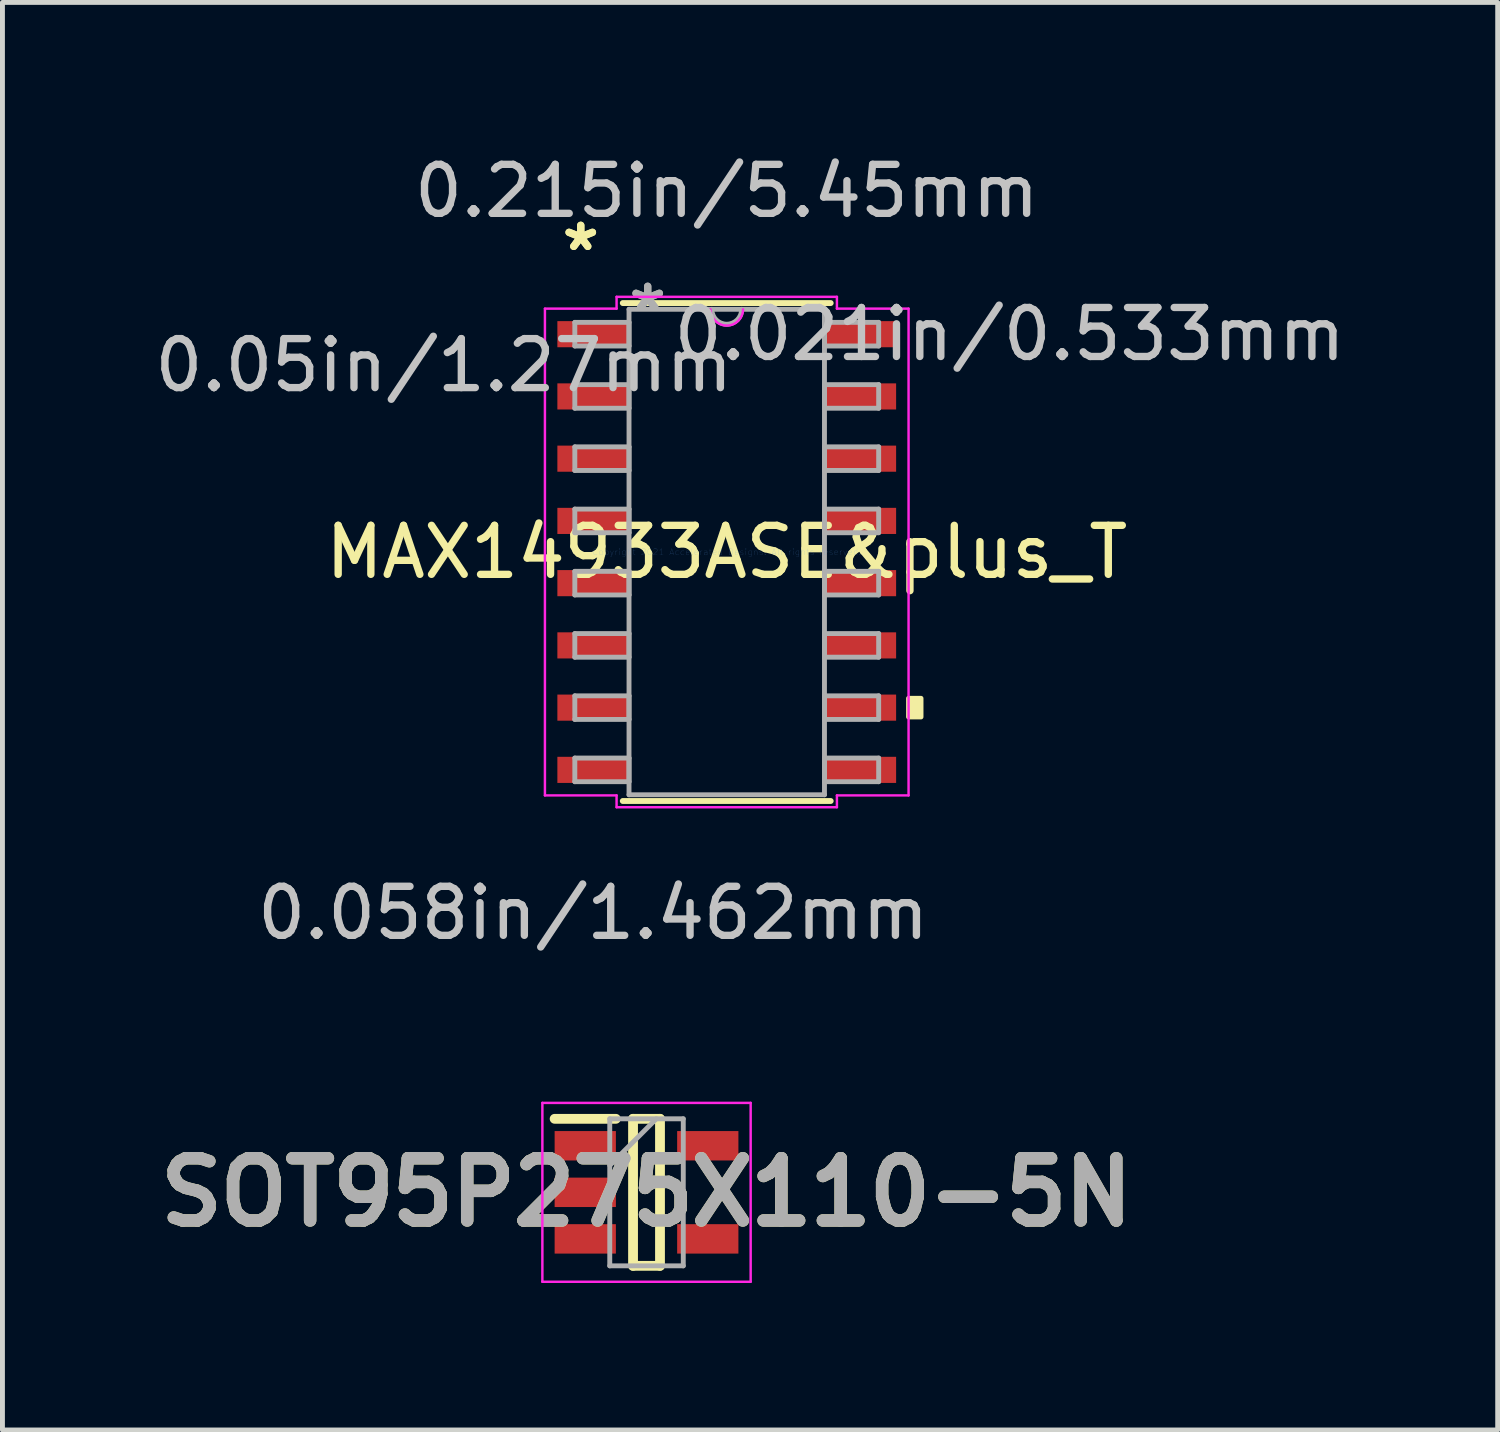
<source format=kicad_pcb>
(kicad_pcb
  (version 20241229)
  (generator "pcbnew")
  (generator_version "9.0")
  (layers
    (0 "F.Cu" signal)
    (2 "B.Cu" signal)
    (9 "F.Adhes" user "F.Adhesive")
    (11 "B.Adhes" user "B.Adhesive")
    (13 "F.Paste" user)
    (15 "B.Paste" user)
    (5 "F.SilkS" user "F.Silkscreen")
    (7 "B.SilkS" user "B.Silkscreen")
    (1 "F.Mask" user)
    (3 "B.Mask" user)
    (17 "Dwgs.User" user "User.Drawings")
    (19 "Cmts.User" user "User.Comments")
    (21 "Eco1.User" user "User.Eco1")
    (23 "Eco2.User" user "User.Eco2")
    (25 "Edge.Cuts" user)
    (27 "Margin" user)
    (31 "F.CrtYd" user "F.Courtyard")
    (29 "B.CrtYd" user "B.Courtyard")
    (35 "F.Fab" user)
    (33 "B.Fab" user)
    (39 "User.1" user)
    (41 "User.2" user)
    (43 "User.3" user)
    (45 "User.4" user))
  (footprint "SOT95P275X110-5N"
    (layer "F.Cu")
    (at 10.142 21.279)
    (property "Reference" "SOT95P275X110-5N" (at 0 0 0) (layer "F.SilkS") (effects (font (size 1.27 1.27) (thickness 0.254))))
    (attr smd)
    (fp_line (start -1.875 -1.5) (end -0.625 -1.5) (stroke (width 0.2) (type solid)) (layer "F.SilkS"))
    (fp_line (start -0.275 -1.5) (end 0.275 -1.5) (stroke (width 0.2) (type solid)) (layer "F.SilkS"))
    (fp_line (start -0.275 1.5) (end -0.275 -1.5) (stroke (width 0.2) (type solid)) (layer "F.SilkS"))
    (fp_line (start 0.275 -1.5) (end 0.275 1.5) (stroke (width 0.2) (type solid)) (layer "F.SilkS"))
    (fp_line (start 0.275 1.5) (end -0.275 1.5) (stroke (width 0.2) (type solid)) (layer "F.SilkS"))
    (fp_line (start -2.125 -1.825) (end 2.125 -1.825) (stroke (width 0.05) (type solid)) (layer "F.CrtYd"))
    (fp_line (start -2.125 1.825) (end -2.125 -1.825) (stroke (width 0.05) (type solid)) (layer "F.CrtYd"))
    (fp_line (start 2.125 -1.825) (end 2.125 1.825) (stroke (width 0.05) (type solid)) (layer "F.CrtYd"))
    (fp_line (start 2.125 1.825) (end -2.125 1.825) (stroke (width 0.05) (type solid)) (layer "F.CrtYd"))
    (fp_line (start -0.75 -1.5) (end 0.75 -1.5) (stroke (width 0.1) (type solid)) (layer "F.Fab"))
    (fp_line (start -0.75 -0.55) (end 0.2 -1.5) (stroke (width 0.1) (type solid)) (layer "F.Fab"))
    (fp_line (start -0.75 1.5) (end -0.75 -1.5) (stroke (width 0.1) (type solid)) (layer "F.Fab"))
    (fp_line (start 0.75 -1.5) (end 0.75 1.5) (stroke (width 0.1) (type solid)) (layer "F.Fab"))
    (fp_line (start 0.75 1.5) (end -0.75 1.5) (stroke (width 0.1) (type solid)) (layer "F.Fab"))
    (fp_text user "${REFERENCE}" (at 0 0 0) (layer "F.Fab") (effects (font (size 1.27 1.27) (thickness 0.254))))
    (pad "1" smd rect (at -1.25 -0.95 90) (size 0.6 1.25) (layers "F.Cu" "F.Mask" "F.Paste"))
    (pad "2" smd rect (at -1.25 0 90) (size 0.6 1.25) (layers "F.Cu" "F.Mask" "F.Paste"))
    (pad "3" smd rect (at -1.25 0.95 90) (size 0.6 1.25) (layers "F.Cu" "F.Mask" "F.Paste"))
    (pad "4" smd rect (at 1.25 0.95 90) (size 0.6 1.25) (layers "F.Cu" "F.Mask" "F.Paste"))
    (pad "5" smd rect (at 1.25 -0.95 90) (size 0.6 1.25) (layers "F.Cu" "F.Mask" "F.Paste")))
  (footprint "MAX14933ASE&plus_T"
    (layer "F.Cu")
    (at 11.779 8.214)
    (property "Reference" "MAX14933ASE&plus_T" (at 0 0 0) (layer "F.SilkS") (effects (font (size 1 1) (thickness 0.15))))
    (attr through_hole)
    (fp_line (start -2.121 5.08) (end 2.121 5.08) (stroke (width 0.12) (type solid)) (layer "F.SilkS"))
    (fp_line (start 2.121 -5.08) (end -2.121 -5.08) (stroke (width 0.12) (type solid)) (layer "F.SilkS"))
    (fp_poly (pts (xy 3.964 2.985) (xy 3.964 3.365) (xy 3.71 3.365) (xy 3.71 2.985)) (stroke (width 0.1) (type solid)) (fill yes) (layer "F.SilkS"))
    (fp_line (start -3.71 -4.966) (end -2.248 -4.966) (stroke (width 0.05) (type solid)) (layer "F.CrtYd"))
    (fp_line (start -3.71 4.966) (end -3.71 -4.966) (stroke (width 0.05) (type solid)) (layer "F.CrtYd"))
    (fp_line (start -2.248 -5.207) (end 2.248 -5.207) (stroke (width 0.05) (type solid)) (layer "F.CrtYd"))
    (fp_line (start -2.248 -4.966) (end -2.248 -5.207) (stroke (width 0.05) (type solid)) (layer "F.CrtYd"))
    (fp_line (start -2.248 4.966) (end -3.71 4.966) (stroke (width 0.05) (type solid)) (layer "F.CrtYd"))
    (fp_line (start -2.248 5.207) (end -2.248 4.966) (stroke (width 0.05) (type solid)) (layer "F.CrtYd"))
    (fp_line (start 2.248 -5.207) (end 2.248 -4.966) (stroke (width 0.05) (type solid)) (layer "F.CrtYd"))
    (fp_line (start 2.248 -4.966) (end 3.71 -4.966) (stroke (width 0.05) (type solid)) (layer "F.CrtYd"))
    (fp_line (start 2.248 4.966) (end 2.248 5.207) (stroke (width 0.05) (type solid)) (layer "F.CrtYd"))
    (fp_line (start 2.248 5.207) (end -2.248 5.207) (stroke (width 0.05) (type solid)) (layer "F.CrtYd"))
    (fp_line (start 3.71 -4.966) (end 3.71 4.966) (stroke (width 0.05) (type solid)) (layer "F.CrtYd"))
    (fp_line (start 3.71 4.966) (end 2.248 4.966) (stroke (width 0.05) (type solid)) (layer "F.CrtYd"))
    (fp_arc (start 0.332317 -4.953) (mid 0 -4.620683) (end -0.332317 -4.953) (stroke (width 0.05) (type solid)) (layer "F.CrtYd"))
    (fp_line (start -3.1 -4.686) (end -3.1 -4.204) (stroke (width 0.1) (type solid)) (layer "F.Fab"))
    (fp_line (start -3.1 -4.204) (end -1.994 -4.204) (stroke (width 0.1) (type solid)) (layer "F.Fab"))
    (fp_line (start -3.1 -3.416) (end -3.1 -2.934) (stroke (width 0.1) (type solid)) (layer "F.Fab"))
    (fp_line (start -3.1 -2.934) (end -1.994 -2.934) (stroke (width 0.1) (type solid)) (layer "F.Fab"))
    (fp_line (start -3.1 -2.146) (end -3.1 -1.664) (stroke (width 0.1) (type solid)) (layer "F.Fab"))
    (fp_line (start -3.1 -1.664) (end -1.994 -1.664) (stroke (width 0.1) (type solid)) (layer "F.Fab"))
    (fp_line (start -3.1 -0.876) (end -3.1 -0.394) (stroke (width 0.1) (type solid)) (layer "F.Fab"))
    (fp_line (start -3.1 -0.394) (end -1.994 -0.394) (stroke (width 0.1) (type solid)) (layer "F.Fab"))
    (fp_line (start -3.1 0.394) (end -3.1 0.876) (stroke (width 0.1) (type solid)) (layer "F.Fab"))
    (fp_line (start -3.1 0.876) (end -1.994 0.876) (stroke (width 0.1) (type solid)) (layer "F.Fab"))
    (fp_line (start -3.1 1.664) (end -3.1 2.146) (stroke (width 0.1) (type solid)) (layer "F.Fab"))
    (fp_line (start -3.1 2.146) (end -1.994 2.146) (stroke (width 0.1) (type solid)) (layer "F.Fab"))
    (fp_line (start -3.1 2.934) (end -3.1 3.416) (stroke (width 0.1) (type solid)) (layer "F.Fab"))
    (fp_line (start -3.1 3.416) (end -1.994 3.416) (stroke (width 0.1) (type solid)) (layer "F.Fab"))
    (fp_line (start -3.1 4.204) (end -3.1 4.686) (stroke (width 0.1) (type solid)) (layer "F.Fab"))
    (fp_line (start -3.1 4.686) (end -1.994 4.686) (stroke (width 0.1) (type solid)) (layer "F.Fab"))
    (fp_line (start -1.994 -4.953) (end -1.994 4.953) (stroke (width 0.1) (type solid)) (layer "F.Fab"))
    (fp_line (start -1.994 -4.686) (end -3.1 -4.686) (stroke (width 0.1) (type solid)) (layer "F.Fab"))
    (fp_line (start -1.994 -4.204) (end -1.994 -4.686) (stroke (width 0.1) (type solid)) (layer "F.Fab"))
    (fp_line (start -1.994 -3.416) (end -3.1 -3.416) (stroke (width 0.1) (type solid)) (layer "F.Fab"))
    (fp_line (start -1.994 -2.934) (end -1.994 -3.416) (stroke (width 0.1) (type solid)) (layer "F.Fab"))
    (fp_line (start -1.994 -2.146) (end -3.1 -2.146) (stroke (width 0.1) (type solid)) (layer "F.Fab"))
    (fp_line (start -1.994 -1.664) (end -1.994 -2.146) (stroke (width 0.1) (type solid)) (layer "F.Fab"))
    (fp_line (start -1.994 -0.876) (end -3.1 -0.876) (stroke (width 0.1) (type solid)) (layer "F.Fab"))
    (fp_line (start -1.994 -0.394) (end -1.994 -0.876) (stroke (width 0.1) (type solid)) (layer "F.Fab"))
    (fp_line (start -1.994 0.394) (end -3.1 0.394) (stroke (width 0.1) (type solid)) (layer "F.Fab"))
    (fp_line (start -1.994 0.876) (end -1.994 0.394) (stroke (width 0.1) (type solid)) (layer "F.Fab"))
    (fp_line (start -1.994 1.664) (end -3.1 1.664) (stroke (width 0.1) (type solid)) (layer "F.Fab"))
    (fp_line (start -1.994 2.146) (end -1.994 1.664) (stroke (width 0.1) (type solid)) (layer "F.Fab"))
    (fp_line (start -1.994 2.934) (end -3.1 2.934) (stroke (width 0.1) (type solid)) (layer "F.Fab"))
    (fp_line (start -1.994 3.416) (end -1.994 2.934) (stroke (width 0.1) (type solid)) (layer "F.Fab"))
    (fp_line (start -1.994 4.204) (end -3.1 4.204) (stroke (width 0.1) (type solid)) (layer "F.Fab"))
    (fp_line (start -1.994 4.686) (end -1.994 4.204) (stroke (width 0.1) (type solid)) (layer "F.Fab"))
    (fp_line (start -1.994 4.953) (end 1.994 4.953) (stroke (width 0.1) (type solid)) (layer "F.Fab"))
    (fp_line (start 1.994 -4.953) (end -1.994 -4.953) (stroke (width 0.1) (type solid)) (layer "F.Fab"))
    (fp_line (start 1.994 -4.686) (end 1.994 -4.204) (stroke (width 0.1) (type solid)) (layer "F.Fab"))
    (fp_line (start 1.994 -4.204) (end 3.1 -4.204) (stroke (width 0.1) (type solid)) (layer "F.Fab"))
    (fp_line (start 1.994 -3.416) (end 1.994 -2.934) (stroke (width 0.1) (type solid)) (layer "F.Fab"))
    (fp_line (start 1.994 -2.934) (end 3.1 -2.934) (stroke (width 0.1) (type solid)) (layer "F.Fab"))
    (fp_line (start 1.994 -2.146) (end 1.994 -1.664) (stroke (width 0.1) (type solid)) (layer "F.Fab"))
    (fp_line (start 1.994 -1.664) (end 3.1 -1.664) (stroke (width 0.1) (type solid)) (layer "F.Fab"))
    (fp_line (start 1.994 -0.876) (end 1.994 -0.394) (stroke (width 0.1) (type solid)) (layer "F.Fab"))
    (fp_line (start 1.994 -0.394) (end 3.1 -0.394) (stroke (width 0.1) (type solid)) (layer "F.Fab"))
    (fp_line (start 1.994 0.394) (end 1.994 0.876) (stroke (width 0.1) (type solid)) (layer "F.Fab"))
    (fp_line (start 1.994 0.876) (end 3.1 0.876) (stroke (width 0.1) (type solid)) (layer "F.Fab"))
    (fp_line (start 1.994 1.664) (end 1.994 2.146) (stroke (width 0.1) (type solid)) (layer "F.Fab"))
    (fp_line (start 1.994 2.146) (end 3.1 2.146) (stroke (width 0.1) (type solid)) (layer "F.Fab"))
    (fp_line (start 1.994 2.934) (end 1.994 3.416) (stroke (width 0.1) (type solid)) (layer "F.Fab"))
    (fp_line (start 1.994 3.416) (end 3.1 3.416) (stroke (width 0.1) (type solid)) (layer "F.Fab"))
    (fp_line (start 1.994 4.204) (end 1.994 4.686) (stroke (width 0.1) (type solid)) (layer "F.Fab"))
    (fp_line (start 1.994 4.686) (end 3.1 4.686) (stroke (width 0.1) (type solid)) (layer "F.Fab"))
    (fp_line (start 1.994 4.953) (end 1.994 -4.953) (stroke (width 0.1) (type solid)) (layer "F.Fab"))
    (fp_line (start 3.1 -4.686) (end 1.994 -4.686) (stroke (width 0.1) (type solid)) (layer "F.Fab"))
    (fp_line (start 3.1 -4.204) (end 3.1 -4.686) (stroke (width 0.1) (type solid)) (layer "F.Fab"))
    (fp_line (start 3.1 -3.416) (end 1.994 -3.416) (stroke (width 0.1) (type solid)) (layer "F.Fab"))
    (fp_line (start 3.1 -2.934) (end 3.1 -3.416) (stroke (width 0.1) (type solid)) (layer "F.Fab"))
    (fp_line (start 3.1 -2.146) (end 1.994 -2.146) (stroke (width 0.1) (type solid)) (layer "F.Fab"))
    (fp_line (start 3.1 -1.664) (end 3.1 -2.146) (stroke (width 0.1) (type solid)) (layer "F.Fab"))
    (fp_line (start 3.1 -0.876) (end 1.994 -0.876) (stroke (width 0.1) (type solid)) (layer "F.Fab"))
    (fp_line (start 3.1 -0.394) (end 3.1 -0.876) (stroke (width 0.1) (type solid)) (layer "F.Fab"))
    (fp_line (start 3.1 0.394) (end 1.994 0.394) (stroke (width 0.1) (type solid)) (layer "F.Fab"))
    (fp_line (start 3.1 0.876) (end 3.1 0.394) (stroke (width 0.1) (type solid)) (layer "F.Fab"))
    (fp_line (start 3.1 1.664) (end 1.994 1.664) (stroke (width 0.1) (type solid)) (layer "F.Fab"))
    (fp_line (start 3.1 2.146) (end 3.1 1.664) (stroke (width 0.1) (type solid)) (layer "F.Fab"))
    (fp_line (start 3.1 2.934) (end 1.994 2.934) (stroke (width 0.1) (type solid)) (layer "F.Fab"))
    (fp_line (start 3.1 3.416) (end 3.1 2.934) (stroke (width 0.1) (type solid)) (layer "F.Fab"))
    (fp_line (start 3.1 4.204) (end 1.994 4.204) (stroke (width 0.1) (type solid)) (layer "F.Fab"))
    (fp_line (start 3.1 4.686) (end 3.1 4.204) (stroke (width 0.1) (type solid)) (layer "F.Fab"))
    (fp_arc (start 0.3048 -4.953) (mid 0 -4.6482) (end -0.3048 -4.953) (stroke (width 0.1) (type solid)) (layer "F.Fab"))
    (fp_text user "*" (at -2.979 -6.121 0) (layer "F.SilkS") (effects (font (size 1 1) (thickness 0.15))))
    (fp_text user "*" (at -2.979 -6.121 0) (layer "F.SilkS") (effects (font (size 1 1) (thickness 0.15))))
    (fp_text user "0.021in/0.533mm" (at 5.773 -4.445 0) (layer "Dwgs.User") (effects (font (size 1 1) (thickness 0.15))))
    (fp_text user "0.215in/5.45mm" (at 0 -7.366 0) (layer "Dwgs.User") (effects (font (size 1 1) (thickness 0.15))))
    (fp_text user "0.058in/1.462mm" (at -2.725 7.366 0) (layer "Dwgs.User") (effects (font (size 1 1) (thickness 0.15))))
    (fp_text user "0.05in/1.27mm" (at -5.773 -3.81 0) (layer "Dwgs.User") (effects (font (size 1 1) (thickness 0.15))))
    (fp_text user "Copyright 2021 Accelerated Designs. All rights reserved." (at 0 0 0) (layer "Cmts.User") (effects (font (size 0.127 0.127) (thickness 0.002))))
    (fp_text user "*" (at -1.613 -4.877 0) (layer "F.Fab") (effects (font (size 1 1) (thickness 0.15))))
    (fp_text user "*" (at -1.613 -4.877 0) (layer "F.Fab") (effects (font (size 1 1) (thickness 0.15))))
    (pad "1" smd rect (at -2.725 -4.445) (size 1.462 0.533) (layers "F.Cu" "F.Mask" "F.Paste"))
    (pad "2" smd rect (at -2.725 -3.175) (size 1.462 0.533) (layers "F.Cu" "F.Mask" "F.Paste"))
    (pad "3" smd rect (at -2.725 -1.905) (size 1.462 0.533) (layers "F.Cu" "F.Mask" "F.Paste"))
    (pad "4" smd rect (at -2.725 -0.635) (size 1.462 0.533) (layers "F.Cu" "F.Mask" "F.Paste"))
    (pad "5" smd rect (at -2.725 0.635) (size 1.462 0.533) (layers "F.Cu" "F.Mask" "F.Paste"))
    (pad "6" smd rect (at -2.725 1.905) (size 1.462 0.533) (layers "F.Cu" "F.Mask" "F.Paste"))
    (pad "7" smd rect (at -2.725 3.175) (size 1.462 0.533) (layers "F.Cu" "F.Mask" "F.Paste"))
    (pad "8" smd rect (at -2.725 4.445) (size 1.462 0.533) (layers "F.Cu" "F.Mask" "F.Paste"))
    (pad "9" smd rect (at 2.725 4.445) (size 1.462 0.533) (layers "F.Cu" "F.Mask" "F.Paste"))
    (pad "10" smd rect (at 2.725 3.175) (size 1.462 0.533) (layers "F.Cu" "F.Mask" "F.Paste"))
    (pad "11" smd rect (at 2.725 1.905) (size 1.462 0.533) (layers "F.Cu" "F.Mask" "F.Paste"))
    (pad "12" smd rect (at 2.725 0.635) (size 1.462 0.533) (layers "F.Cu" "F.Mask" "F.Paste"))
    (pad "13" smd rect (at 2.725 -0.635) (size 1.462 0.533) (layers "F.Cu" "F.Mask" "F.Paste"))
    (pad "14" smd rect (at 2.725 -1.905) (size 1.462 0.533) (layers "F.Cu" "F.Mask" "F.Paste"))
    (pad "15" smd rect (at 2.725 -3.175) (size 1.462 0.533) (layers "F.Cu" "F.Mask" "F.Paste"))
    (pad "16" smd rect (at 2.725 -4.445) (size 1.462 0.533) (layers "F.Cu" "F.Mask" "F.Paste")))
  (gr_rect
    (start -3 -3)
    (end 27.51 26.128)
    (stroke (width 0.1) (type default))
    (fill no)
    (layer "Edge.Cuts")))
</source>
